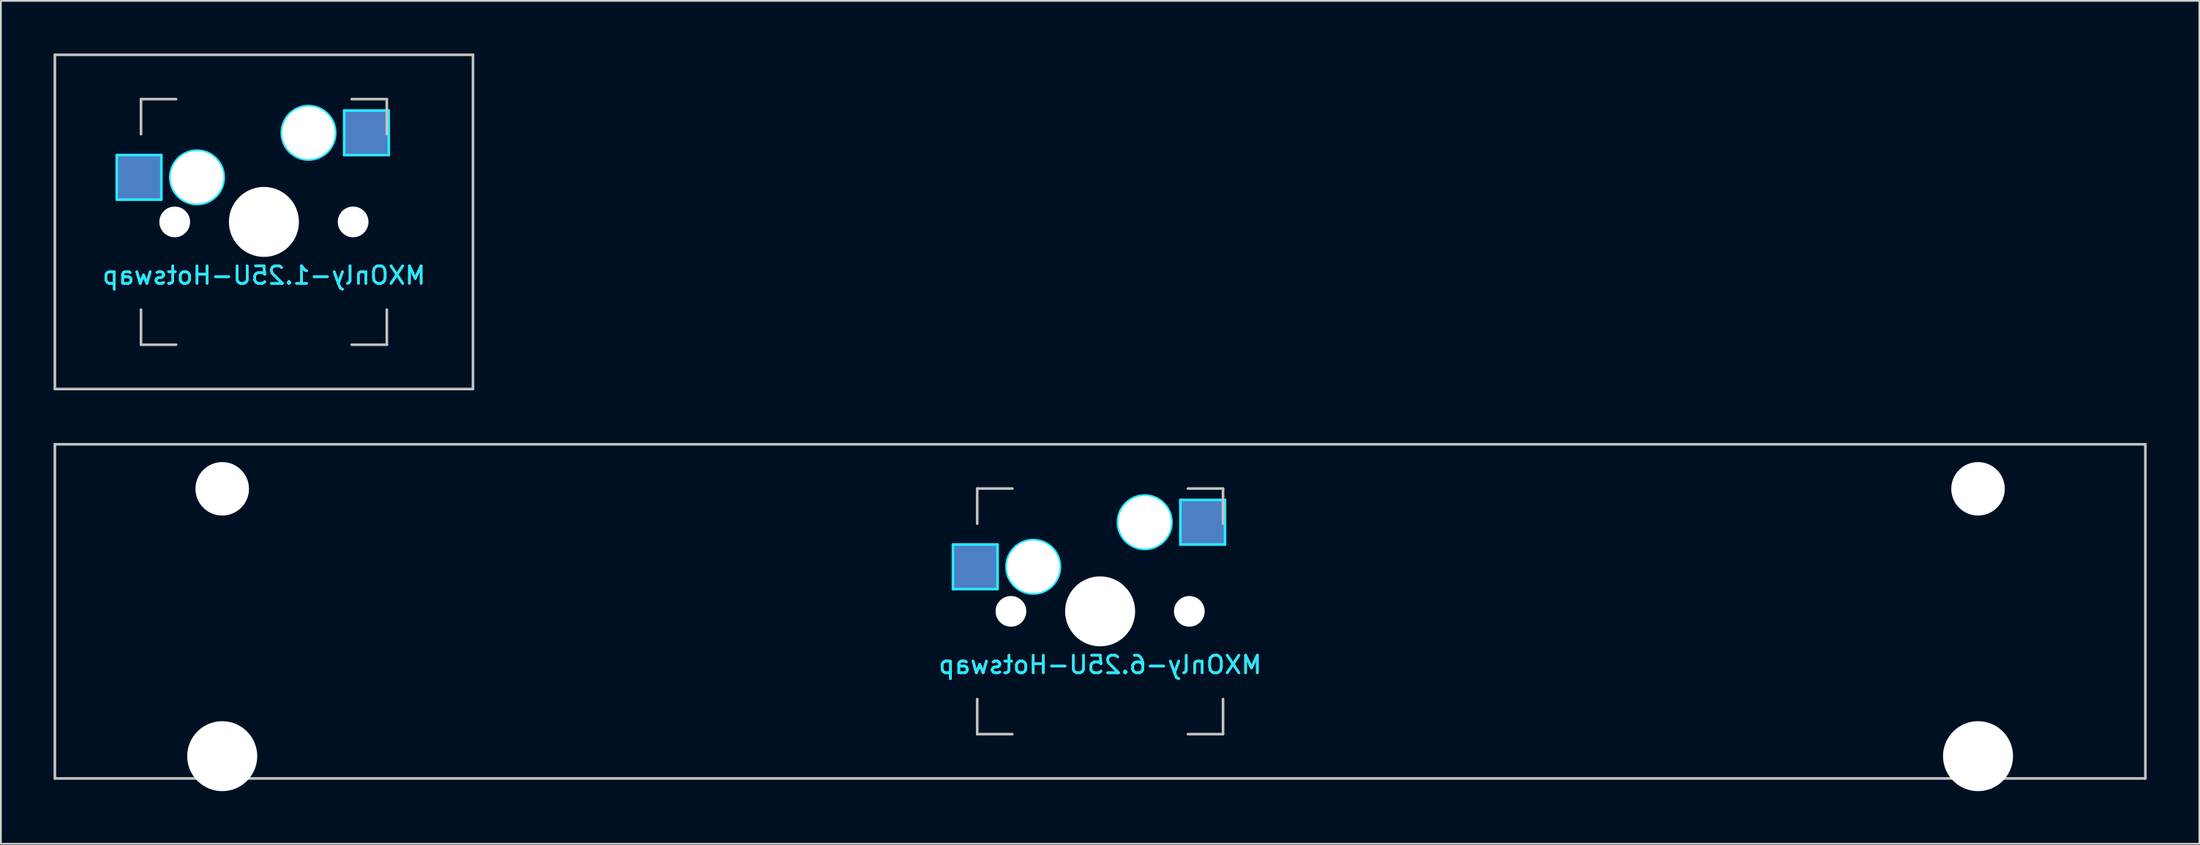
<source format=kicad_pcb>
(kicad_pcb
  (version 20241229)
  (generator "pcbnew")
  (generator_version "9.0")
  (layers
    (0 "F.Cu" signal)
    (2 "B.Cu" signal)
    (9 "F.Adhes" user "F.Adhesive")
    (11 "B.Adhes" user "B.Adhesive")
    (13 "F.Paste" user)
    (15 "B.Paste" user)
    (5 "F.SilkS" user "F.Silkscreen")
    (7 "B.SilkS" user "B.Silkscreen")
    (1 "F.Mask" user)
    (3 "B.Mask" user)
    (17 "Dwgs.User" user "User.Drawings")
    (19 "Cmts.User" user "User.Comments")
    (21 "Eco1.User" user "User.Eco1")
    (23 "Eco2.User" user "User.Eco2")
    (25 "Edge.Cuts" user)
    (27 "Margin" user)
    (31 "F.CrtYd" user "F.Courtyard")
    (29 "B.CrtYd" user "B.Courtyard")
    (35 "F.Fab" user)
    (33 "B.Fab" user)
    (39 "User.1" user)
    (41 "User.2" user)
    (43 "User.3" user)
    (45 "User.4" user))
  (footprint "MXOnly-1.25U-Hotswap"
    (layer "F.Cu")
    (at 11.981 9.6)
    (property "Reference" "MXOnly-1.25U-Hotswap" (at 0 3.048 0) (layer "B.CrtYd") (effects (font (size 1 1) (thickness 0.15)) (justify mirror)))
    (attr smd)
    (fp_line (start -11.906 -9.525) (end 11.906 -9.525) (stroke (width 0.15) (type solid)) (layer "Dwgs.User"))
    (fp_line (start -11.906 9.525) (end -11.906 -9.525) (stroke (width 0.15) (type solid)) (layer "Dwgs.User"))
    (fp_line (start -7 -7) (end -7 -5) (stroke (width 0.15) (type solid)) (layer "Dwgs.User"))
    (fp_line (start -7 5) (end -7 7) (stroke (width 0.15) (type solid)) (layer "Dwgs.User"))
    (fp_line (start -7 7) (end -5 7) (stroke (width 0.15) (type solid)) (layer "Dwgs.User"))
    (fp_line (start -5 -7) (end -7 -7) (stroke (width 0.15) (type solid)) (layer "Dwgs.User"))
    (fp_line (start 5 -7) (end 7 -7) (stroke (width 0.15) (type solid)) (layer "Dwgs.User"))
    (fp_line (start 5 7) (end 7 7) (stroke (width 0.15) (type solid)) (layer "Dwgs.User"))
    (fp_line (start 7 -7) (end 7 -5) (stroke (width 0.15) (type solid)) (layer "Dwgs.User"))
    (fp_line (start 7 7) (end 7 5) (stroke (width 0.15) (type solid)) (layer "Dwgs.User"))
    (fp_line (start 11.906 -9.525) (end 11.906 9.525) (stroke (width 0.15) (type solid)) (layer "Dwgs.User"))
    (fp_line (start 11.906 9.525) (end -11.906 9.525) (stroke (width 0.15) (type solid)) (layer "Dwgs.User"))
    (fp_line (start -8.382 -3.81) (end -5.842 -3.81) (stroke (width 0.15) (type solid)) (layer "B.CrtYd"))
    (fp_line (start -8.382 -1.27) (end -8.382 -3.81) (stroke (width 0.15) (type solid)) (layer "B.CrtYd"))
    (fp_line (start -5.842 -3.81) (end -5.842 -1.27) (stroke (width 0.15) (type solid)) (layer "B.CrtYd"))
    (fp_line (start -5.842 -1.27) (end -8.382 -1.27) (stroke (width 0.15) (type solid)) (layer "B.CrtYd"))
    (fp_line (start 4.572 -6.35) (end 7.112 -6.35) (stroke (width 0.15) (type solid)) (layer "B.CrtYd"))
    (fp_line (start 4.572 -3.81) (end 4.572 -6.35) (stroke (width 0.15) (type solid)) (layer "B.CrtYd"))
    (fp_line (start 7.112 -6.35) (end 7.112 -3.81) (stroke (width 0.15) (type solid)) (layer "B.CrtYd"))
    (fp_line (start 7.112 -3.81) (end 4.572 -3.81) (stroke (width 0.15) (type solid)) (layer "B.CrtYd"))
    (fp_circle (center -3.81 -2.54) (end -3.81 -4.064) (stroke (width 0.15) (type solid)) (fill no) (layer "B.CrtYd"))
    (fp_circle (center 2.54 -5.08) (end 2.54 -6.604) (stroke (width 0.15) (type solid)) (fill no) (layer "B.CrtYd"))
    (fp_text user "${REFERENCE}" (at 0 3.048 0) (layer "B.SilkS") (effects (font (size 1 1) (thickness 0.15)) (justify mirror)))
    (pad "" np_thru_hole circle (at -5.08 0 48.1) (size 1.75 1.75) (drill 1.75) (layers "*.Cu" "*.Mask"))
    (pad "" np_thru_hole circle (at -3.81 -2.54) (size 3 3) (drill 3) (layers "*.Cu" "*.Mask"))
    (pad "" np_thru_hole circle (at 0 0) (size 3.988 3.988) (drill 3.988) (layers "*.Cu" "*.Mask"))
    (pad "" np_thru_hole circle (at 2.54 -5.08) (size 3 3) (drill 3) (layers "*.Cu" "*.Mask"))
    (pad "" np_thru_hole circle (at 5.08 0 48.1) (size 1.75 1.75) (drill 1.75) (layers "*.Cu" "*.Mask"))
    (pad "1" smd rect (at -7.085 -2.54) (size 2.55 2.5) (layers "B.Cu" "B.Mask" "B.Paste"))
    (pad "2" smd rect (at 5.842 -5.08) (size 2.545 2.54) (layers "B.Cu" "B.Mask" "B.Paste")))
  (footprint "MXOnly-6.25U-Hotswap"
    (layer "F.Cu")
    (at 59.606 31.8)
    (property "Reference" "MXOnly-6.25U-Hotswap" (at 0 3.048 0) (layer "B.CrtYd") (effects (font (size 1 1) (thickness 0.15)) (justify mirror)))
    (attr smd)
    (fp_line (start -59.531 -9.525) (end 59.531 -9.525) (stroke (width 0.15) (type solid)) (layer "Dwgs.User"))
    (fp_line (start -59.531 9.525) (end -59.531 -9.525) (stroke (width 0.15) (type solid)) (layer "Dwgs.User"))
    (fp_line (start -7 -7) (end -7 -5) (stroke (width 0.15) (type solid)) (layer "Dwgs.User"))
    (fp_line (start -7 5) (end -7 7) (stroke (width 0.15) (type solid)) (layer "Dwgs.User"))
    (fp_line (start -7 7) (end -5 7) (stroke (width 0.15) (type solid)) (layer "Dwgs.User"))
    (fp_line (start -5 -7) (end -7 -7) (stroke (width 0.15) (type solid)) (layer "Dwgs.User"))
    (fp_line (start 5 -7) (end 7 -7) (stroke (width 0.15) (type solid)) (layer "Dwgs.User"))
    (fp_line (start 5 7) (end 7 7) (stroke (width 0.15) (type solid)) (layer "Dwgs.User"))
    (fp_line (start 7 -7) (end 7 -5) (stroke (width 0.15) (type solid)) (layer "Dwgs.User"))
    (fp_line (start 7 7) (end 7 5) (stroke (width 0.15) (type solid)) (layer "Dwgs.User"))
    (fp_line (start 59.531 -9.525) (end 59.531 9.525) (stroke (width 0.15) (type solid)) (layer "Dwgs.User"))
    (fp_line (start 59.531 9.525) (end -59.531 9.525) (stroke (width 0.15) (type solid)) (layer "Dwgs.User"))
    (fp_line (start -8.382 -3.81) (end -5.842 -3.81) (stroke (width 0.15) (type solid)) (layer "B.CrtYd"))
    (fp_line (start -8.382 -1.27) (end -8.382 -3.81) (stroke (width 0.15) (type solid)) (layer "B.CrtYd"))
    (fp_line (start -5.842 -3.81) (end -5.842 -1.27) (stroke (width 0.15) (type solid)) (layer "B.CrtYd"))
    (fp_line (start -5.842 -1.27) (end -8.382 -1.27) (stroke (width 0.15) (type solid)) (layer "B.CrtYd"))
    (fp_line (start 4.572 -6.35) (end 7.112 -6.35) (stroke (width 0.15) (type solid)) (layer "B.CrtYd"))
    (fp_line (start 4.572 -3.81) (end 4.572 -6.35) (stroke (width 0.15) (type solid)) (layer "B.CrtYd"))
    (fp_line (start 7.112 -6.35) (end 7.112 -3.81) (stroke (width 0.15) (type solid)) (layer "B.CrtYd"))
    (fp_line (start 7.112 -3.81) (end 4.572 -3.81) (stroke (width 0.15) (type solid)) (layer "B.CrtYd"))
    (fp_circle (center -3.81 -2.54) (end -3.81 -4.064) (stroke (width 0.15) (type solid)) (fill no) (layer "B.CrtYd"))
    (fp_circle (center 2.54 -5.08) (end 2.54 -6.604) (stroke (width 0.15) (type solid)) (fill no) (layer "B.CrtYd"))
    (fp_text user "${REFERENCE}" (at 0 3.048 0) (layer "B.SilkS") (effects (font (size 1 1) (thickness 0.15)) (justify mirror)))
    (pad "" np_thru_hole circle (at -50 -6.985) (size 3.048 3.048) (drill 3.048) (layers "*.Cu" "*.Mask"))
    (pad "" np_thru_hole circle (at -50 8.255) (size 3.988 3.988) (drill 3.988) (layers "*.Cu" "*.Mask"))
    (pad "" np_thru_hole circle (at -5.08 0 48.1) (size 1.75 1.75) (drill 1.75) (layers "*.Cu" "*.Mask"))
    (pad "" np_thru_hole circle (at -3.81 -2.54) (size 3 3) (drill 3) (layers "*.Cu" "*.Mask"))
    (pad "" np_thru_hole circle (at 0 0) (size 3.988 3.988) (drill 3.988) (layers "*.Cu" "*.Mask"))
    (pad "" np_thru_hole circle (at 2.54 -5.08) (size 3 3) (drill 3) (layers "*.Cu" "*.Mask"))
    (pad "" np_thru_hole circle (at 5.08 0 48.1) (size 1.75 1.75) (drill 1.75) (layers "*.Cu" "*.Mask"))
    (pad "" np_thru_hole circle (at 50 -6.985) (size 3.048 3.048) (drill 3.048) (layers "*.Cu" "*.Mask"))
    (pad "" np_thru_hole circle (at 50 8.255) (size 3.988 3.988) (drill 3.988) (layers "*.Cu" "*.Mask"))
    (pad "1" smd rect (at -7.085 -2.54) (size 2.55 2.5) (layers "B.Cu" "B.Mask" "B.Paste"))
    (pad "2" smd rect (at 5.842 -5.08) (size 2.55 2.5) (layers "B.Cu" "B.Mask" "B.Paste")))
  (gr_rect
    (start -3 -3)
    (end 122.213 45.049)
    (stroke (width 0.1) (type default))
    (fill no)
    (layer "Edge.Cuts")))
</source>
